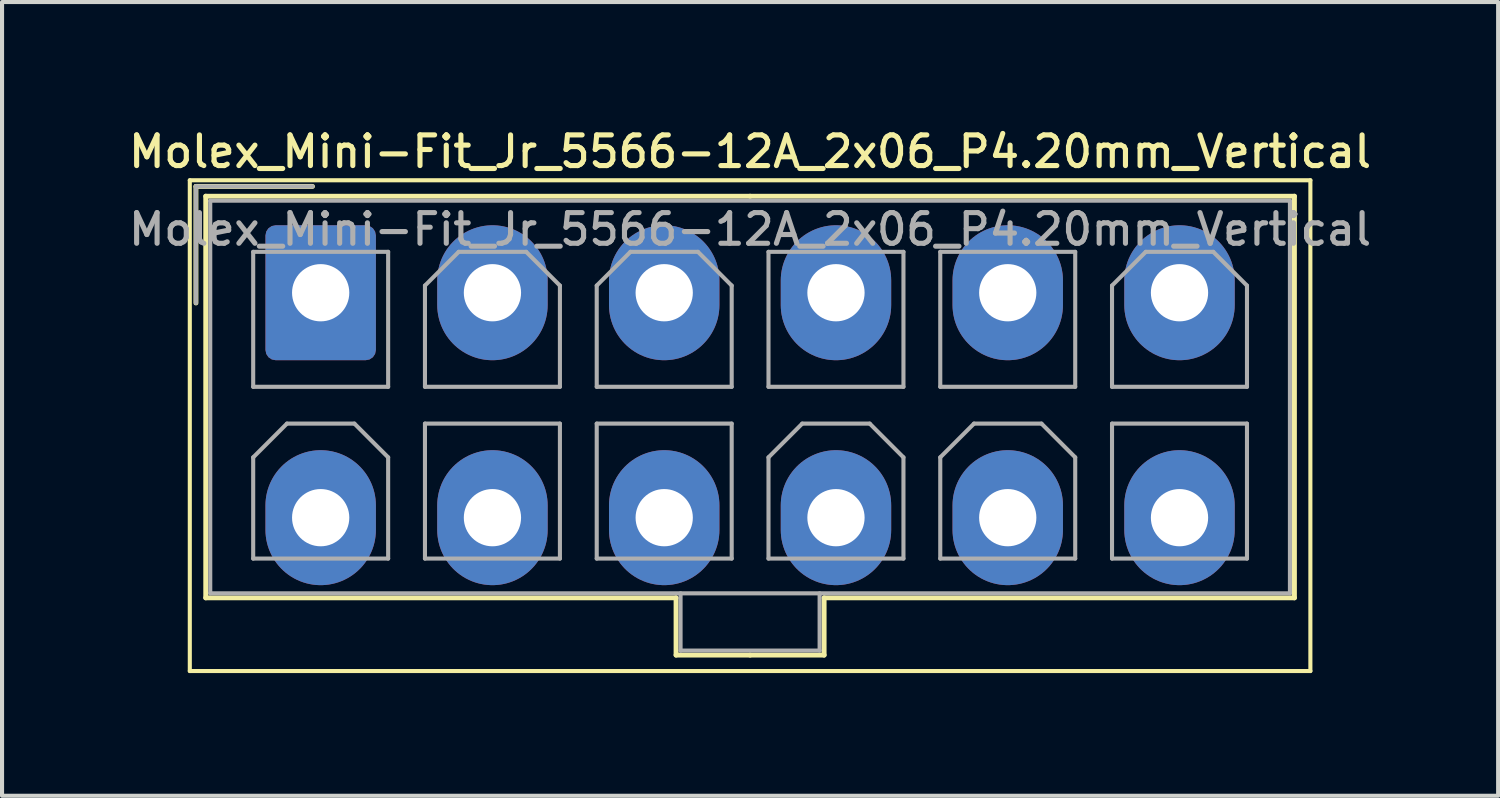
<source format=kicad_pcb>
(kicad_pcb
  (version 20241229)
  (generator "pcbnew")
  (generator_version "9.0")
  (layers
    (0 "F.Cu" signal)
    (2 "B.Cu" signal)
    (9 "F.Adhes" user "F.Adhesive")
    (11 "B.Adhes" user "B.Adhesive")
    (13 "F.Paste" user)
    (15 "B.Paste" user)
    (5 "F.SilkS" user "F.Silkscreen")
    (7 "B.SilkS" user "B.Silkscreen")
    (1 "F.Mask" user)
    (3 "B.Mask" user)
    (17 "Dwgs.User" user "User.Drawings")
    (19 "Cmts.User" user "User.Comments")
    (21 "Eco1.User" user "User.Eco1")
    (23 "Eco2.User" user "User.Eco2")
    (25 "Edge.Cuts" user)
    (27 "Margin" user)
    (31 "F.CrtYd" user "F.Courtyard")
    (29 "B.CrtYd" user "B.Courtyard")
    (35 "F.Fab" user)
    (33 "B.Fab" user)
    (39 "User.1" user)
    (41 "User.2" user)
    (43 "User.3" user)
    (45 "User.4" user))
  (footprint "Molex_Mini-Fit_Jr_5566-12A_2x06_P4.20mm_Vertical"
    (layer "F.Cu")
    (at 4.791 4.108)
    (property "Reference" "Molex_Mini-Fit_Jr_5566-12A_2x06_P4.20mm_Vertical" (at 10.5 -3.45 0) (layer "F.SilkS") (effects (font (size 0.75 0.75) (thickness 0.125))))
    (attr through_hole)
    (fp_line (start -3.2 -2.75) (end -3.2 9.25) (stroke (width 0.1) (type solid)) (layer "F.SilkS"))
    (fp_line (start -3.2 9.25) (end 24.2 9.25) (stroke (width 0.1) (type solid)) (layer "F.SilkS"))
    (fp_line (start -3.05 -2.6) (end -3.05 0.25) (stroke (width 0.12) (type solid)) (layer "F.SilkS"))
    (fp_line (start -2.81 -2.36) (end -2.81 7.46) (stroke (width 0.12) (type solid)) (layer "F.SilkS"))
    (fp_line (start -2.81 7.46) (end 8.69 7.46) (stroke (width 0.12) (type solid)) (layer "F.SilkS"))
    (fp_line (start -0.2 -2.6) (end -3.05 -2.6) (stroke (width 0.12) (type solid)) (layer "F.SilkS"))
    (fp_line (start 8.69 7.46) (end 8.69 8.86) (stroke (width 0.12) (type solid)) (layer "F.SilkS"))
    (fp_line (start 8.69 8.86) (end 10.5 8.86) (stroke (width 0.12) (type solid)) (layer "F.SilkS"))
    (fp_line (start 10.5 -2.36) (end -2.81 -2.36) (stroke (width 0.12) (type solid)) (layer "F.SilkS"))
    (fp_line (start 10.5 -2.36) (end 23.81 -2.36) (stroke (width 0.12) (type solid)) (layer "F.SilkS"))
    (fp_line (start 12.31 7.46) (end 12.31 8.86) (stroke (width 0.12) (type solid)) (layer "F.SilkS"))
    (fp_line (start 12.31 8.86) (end 10.5 8.86) (stroke (width 0.12) (type solid)) (layer "F.SilkS"))
    (fp_line (start 23.81 -2.36) (end 23.81 7.46) (stroke (width 0.12) (type solid)) (layer "F.SilkS"))
    (fp_line (start 23.81 7.46) (end 12.31 7.46) (stroke (width 0.12) (type solid)) (layer "F.SilkS"))
    (fp_line (start 24.2 -2.75) (end -3.2 -2.75) (stroke (width 0.1) (type solid)) (layer "F.SilkS"))
    (fp_line (start 24.2 9.25) (end 24.2 -2.75) (stroke (width 0.1) (type solid)) (layer "F.SilkS"))
    (fp_line (start -3.05 -2.6) (end -3.05 0.25) (stroke (width 0.1) (type solid)) (layer "F.Fab"))
    (fp_line (start -2.7 -2.25) (end -2.7 7.35) (stroke (width 0.1) (type solid)) (layer "F.Fab"))
    (fp_line (start -2.7 7.35) (end 23.7 7.35) (stroke (width 0.1) (type solid)) (layer "F.Fab"))
    (fp_line (start -1.65 -1) (end -1.65 2.3) (stroke (width 0.1) (type solid)) (layer "F.Fab"))
    (fp_line (start -1.65 2.3) (end 1.65 2.3) (stroke (width 0.1) (type solid)) (layer "F.Fab"))
    (fp_line (start -1.65 4.025) (end -0.825 3.2) (stroke (width 0.1) (type solid)) (layer "F.Fab"))
    (fp_line (start -1.65 6.5) (end -1.65 4.025) (stroke (width 0.1) (type solid)) (layer "F.Fab"))
    (fp_line (start -0.825 3.2) (end 0.825 3.2) (stroke (width 0.1) (type solid)) (layer "F.Fab"))
    (fp_line (start -0.2 -2.6) (end -3.05 -2.6) (stroke (width 0.1) (type solid)) (layer "F.Fab"))
    (fp_line (start 0.825 3.2) (end 1.65 4.025) (stroke (width 0.1) (type solid)) (layer "F.Fab"))
    (fp_line (start 1.65 -1) (end -1.65 -1) (stroke (width 0.1) (type solid)) (layer "F.Fab"))
    (fp_line (start 1.65 2.3) (end 1.65 -1) (stroke (width 0.1) (type solid)) (layer "F.Fab"))
    (fp_line (start 1.65 4.025) (end 1.65 6.5) (stroke (width 0.1) (type solid)) (layer "F.Fab"))
    (fp_line (start 1.65 6.5) (end -1.65 6.5) (stroke (width 0.1) (type solid)) (layer "F.Fab"))
    (fp_line (start 2.55 -0.175) (end 3.375 -1) (stroke (width 0.1) (type solid)) (layer "F.Fab"))
    (fp_line (start 2.55 2.3) (end 2.55 -0.175) (stroke (width 0.1) (type solid)) (layer "F.Fab"))
    (fp_line (start 2.55 3.2) (end 2.55 6.5) (stroke (width 0.1) (type solid)) (layer "F.Fab"))
    (fp_line (start 2.55 6.5) (end 5.85 6.5) (stroke (width 0.1) (type solid)) (layer "F.Fab"))
    (fp_line (start 3.375 -1) (end 5.025 -1) (stroke (width 0.1) (type solid)) (layer "F.Fab"))
    (fp_line (start 5.025 -1) (end 5.85 -0.175) (stroke (width 0.1) (type solid)) (layer "F.Fab"))
    (fp_line (start 5.85 -0.175) (end 5.85 2.3) (stroke (width 0.1) (type solid)) (layer "F.Fab"))
    (fp_line (start 5.85 2.3) (end 2.55 2.3) (stroke (width 0.1) (type solid)) (layer "F.Fab"))
    (fp_line (start 5.85 3.2) (end 2.55 3.2) (stroke (width 0.1) (type solid)) (layer "F.Fab"))
    (fp_line (start 5.85 6.5) (end 5.85 3.2) (stroke (width 0.1) (type solid)) (layer "F.Fab"))
    (fp_line (start 6.75 -0.175) (end 7.575 -1) (stroke (width 0.1) (type solid)) (layer "F.Fab"))
    (fp_line (start 6.75 2.3) (end 6.75 -0.175) (stroke (width 0.1) (type solid)) (layer "F.Fab"))
    (fp_line (start 6.75 3.2) (end 6.75 6.5) (stroke (width 0.1) (type solid)) (layer "F.Fab"))
    (fp_line (start 6.75 6.5) (end 10.05 6.5) (stroke (width 0.1) (type solid)) (layer "F.Fab"))
    (fp_line (start 7.575 -1) (end 9.225 -1) (stroke (width 0.1) (type solid)) (layer "F.Fab"))
    (fp_line (start 8.8 7.35) (end 8.8 8.75) (stroke (width 0.1) (type solid)) (layer "F.Fab"))
    (fp_line (start 8.8 8.75) (end 12.2 8.75) (stroke (width 0.1) (type solid)) (layer "F.Fab"))
    (fp_line (start 9.225 -1) (end 10.05 -0.175) (stroke (width 0.1) (type solid)) (layer "F.Fab"))
    (fp_line (start 10.05 -0.175) (end 10.05 2.3) (stroke (width 0.1) (type solid)) (layer "F.Fab"))
    (fp_line (start 10.05 2.3) (end 6.75 2.3) (stroke (width 0.1) (type solid)) (layer "F.Fab"))
    (fp_line (start 10.05 3.2) (end 6.75 3.2) (stroke (width 0.1) (type solid)) (layer "F.Fab"))
    (fp_line (start 10.05 6.5) (end 10.05 3.2) (stroke (width 0.1) (type solid)) (layer "F.Fab"))
    (fp_line (start 10.95 -1) (end 10.95 2.3) (stroke (width 0.1) (type solid)) (layer "F.Fab"))
    (fp_line (start 10.95 2.3) (end 14.25 2.3) (stroke (width 0.1) (type solid)) (layer "F.Fab"))
    (fp_line (start 10.95 4.025) (end 11.775 3.2) (stroke (width 0.1) (type solid)) (layer "F.Fab"))
    (fp_line (start 10.95 6.5) (end 10.95 4.025) (stroke (width 0.1) (type solid)) (layer "F.Fab"))
    (fp_line (start 11.775 3.2) (end 13.425 3.2) (stroke (width 0.1) (type solid)) (layer "F.Fab"))
    (fp_line (start 12.2 8.75) (end 12.2 7.35) (stroke (width 0.1) (type solid)) (layer "F.Fab"))
    (fp_line (start 13.425 3.2) (end 14.25 4.025) (stroke (width 0.1) (type solid)) (layer "F.Fab"))
    (fp_line (start 14.25 -1) (end 10.95 -1) (stroke (width 0.1) (type solid)) (layer "F.Fab"))
    (fp_line (start 14.25 2.3) (end 14.25 -1) (stroke (width 0.1) (type solid)) (layer "F.Fab"))
    (fp_line (start 14.25 4.025) (end 14.25 6.5) (stroke (width 0.1) (type solid)) (layer "F.Fab"))
    (fp_line (start 14.25 6.5) (end 10.95 6.5) (stroke (width 0.1) (type solid)) (layer "F.Fab"))
    (fp_line (start 15.15 -1) (end 15.15 2.3) (stroke (width 0.1) (type solid)) (layer "F.Fab"))
    (fp_line (start 15.15 2.3) (end 18.45 2.3) (stroke (width 0.1) (type solid)) (layer "F.Fab"))
    (fp_line (start 15.15 4.025) (end 15.975 3.2) (stroke (width 0.1) (type solid)) (layer "F.Fab"))
    (fp_line (start 15.15 6.5) (end 15.15 4.025) (stroke (width 0.1) (type solid)) (layer "F.Fab"))
    (fp_line (start 15.975 3.2) (end 17.625 3.2) (stroke (width 0.1) (type solid)) (layer "F.Fab"))
    (fp_line (start 17.625 3.2) (end 18.45 4.025) (stroke (width 0.1) (type solid)) (layer "F.Fab"))
    (fp_line (start 18.45 -1) (end 15.15 -1) (stroke (width 0.1) (type solid)) (layer "F.Fab"))
    (fp_line (start 18.45 2.3) (end 18.45 -1) (stroke (width 0.1) (type solid)) (layer "F.Fab"))
    (fp_line (start 18.45 4.025) (end 18.45 6.5) (stroke (width 0.1) (type solid)) (layer "F.Fab"))
    (fp_line (start 18.45 6.5) (end 15.15 6.5) (stroke (width 0.1) (type solid)) (layer "F.Fab"))
    (fp_line (start 19.35 -0.175) (end 20.175 -1) (stroke (width 0.1) (type solid)) (layer "F.Fab"))
    (fp_line (start 19.35 2.3) (end 19.35 -0.175) (stroke (width 0.1) (type solid)) (layer "F.Fab"))
    (fp_line (start 19.35 3.2) (end 19.35 6.5) (stroke (width 0.1) (type solid)) (layer "F.Fab"))
    (fp_line (start 19.35 6.5) (end 22.65 6.5) (stroke (width 0.1) (type solid)) (layer "F.Fab"))
    (fp_line (start 20.175 -1) (end 21.825 -1) (stroke (width 0.1) (type solid)) (layer "F.Fab"))
    (fp_line (start 21.825 -1) (end 22.65 -0.175) (stroke (width 0.1) (type solid)) (layer "F.Fab"))
    (fp_line (start 22.65 -0.175) (end 22.65 2.3) (stroke (width 0.1) (type solid)) (layer "F.Fab"))
    (fp_line (start 22.65 2.3) (end 19.35 2.3) (stroke (width 0.1) (type solid)) (layer "F.Fab"))
    (fp_line (start 22.65 3.2) (end 19.35 3.2) (stroke (width 0.1) (type solid)) (layer "F.Fab"))
    (fp_line (start 22.65 6.5) (end 22.65 3.2) (stroke (width 0.1) (type solid)) (layer "F.Fab"))
    (fp_line (start 23.7 -2.25) (end -2.7 -2.25) (stroke (width 0.1) (type solid)) (layer "F.Fab"))
    (fp_line (start 23.7 7.35) (end 23.7 -2.25) (stroke (width 0.1) (type solid)) (layer "F.Fab"))
    (fp_text user "${REFERENCE}" (at 10.5 -1.55 0) (layer "F.Fab") (effects (font (size 0.75 0.75) (thickness 0.125))))
    (pad "1" thru_hole roundrect (at 0 0) (size 2.7 3.3) (drill 1.4) (layers "*.Cu" "*.Mask") (roundrect_rratio 0.093))
    (pad "2" thru_hole oval (at 4.2 0) (size 2.7 3.3) (drill 1.4) (layers "*.Cu" "*.Mask"))
    (pad "3" thru_hole oval (at 8.4 0) (size 2.7 3.3) (drill 1.4) (layers "*.Cu" "*.Mask"))
    (pad "4" thru_hole oval (at 12.6 0) (size 2.7 3.3) (drill 1.4) (layers "*.Cu" "*.Mask"))
    (pad "5" thru_hole oval (at 16.8 0) (size 2.7 3.3) (drill 1.4) (layers "*.Cu" "*.Mask"))
    (pad "6" thru_hole oval (at 21 0) (size 2.7 3.3) (drill 1.4) (layers "*.Cu" "*.Mask"))
    (pad "7" thru_hole oval (at 0 5.5) (size 2.7 3.3) (drill 1.4) (layers "*.Cu" "*.Mask"))
    (pad "8" thru_hole oval (at 4.2 5.5) (size 2.7 3.3) (drill 1.4) (layers "*.Cu" "*.Mask"))
    (pad "9" thru_hole oval (at 8.4 5.5) (size 2.7 3.3) (drill 1.4) (layers "*.Cu" "*.Mask"))
    (pad "10" thru_hole oval (at 12.6 5.5) (size 2.7 3.3) (drill 1.4) (layers "*.Cu" "*.Mask"))
    (pad "11" thru_hole oval (at 16.8 5.5) (size 2.7 3.3) (drill 1.4) (layers "*.Cu" "*.Mask"))
    (pad "12" thru_hole oval (at 21 5.5) (size 2.7 3.3) (drill 1.4) (layers "*.Cu" "*.Mask")))
  (gr_rect
    (start -3 -3)
    (end 33.582 16.408)
    (stroke (width 0.1) (type default))
    (fill no)
    (layer "Edge.Cuts")))
</source>
